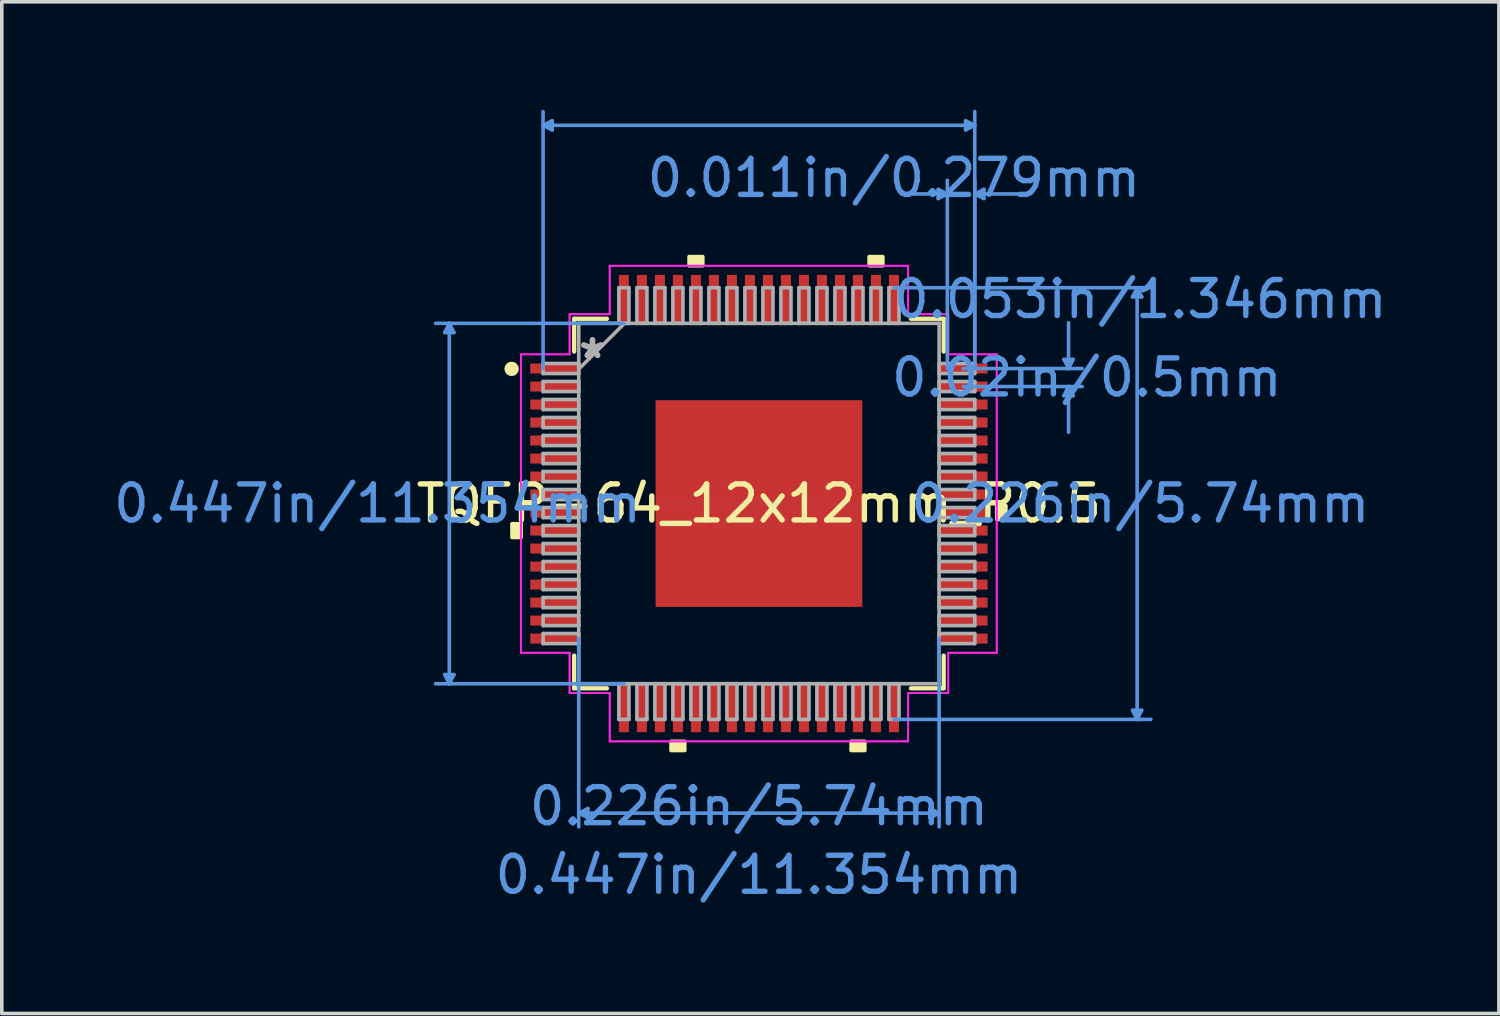
<source format=kicad_pcb>
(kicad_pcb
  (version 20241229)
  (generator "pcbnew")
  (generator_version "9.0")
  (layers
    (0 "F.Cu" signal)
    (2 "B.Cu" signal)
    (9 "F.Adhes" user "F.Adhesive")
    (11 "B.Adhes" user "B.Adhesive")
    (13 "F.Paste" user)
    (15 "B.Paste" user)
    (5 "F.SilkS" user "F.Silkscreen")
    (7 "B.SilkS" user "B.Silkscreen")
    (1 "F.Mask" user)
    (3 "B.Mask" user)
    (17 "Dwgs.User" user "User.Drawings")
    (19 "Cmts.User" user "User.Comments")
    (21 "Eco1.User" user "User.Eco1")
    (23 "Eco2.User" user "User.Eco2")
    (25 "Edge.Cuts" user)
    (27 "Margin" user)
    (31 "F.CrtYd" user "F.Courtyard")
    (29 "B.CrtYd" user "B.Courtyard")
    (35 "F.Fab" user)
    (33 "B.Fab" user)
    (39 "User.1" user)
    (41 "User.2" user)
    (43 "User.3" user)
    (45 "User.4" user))
  (footprint "TQFP-64_12x12mm_P0.5"
    (layer "F.Cu")
    (at 18.026 10.934)
    (property "Reference" "TQFP-64_12x12mm_P0.5" (at 0 0 0) (layer "F.SilkS") (effects (font (size 1 1) (thickness 0.15))))
    (attr through_hole)
    (fp_line (start -5.131 -5.131) (end -5.131 -4.222) (stroke (width 0.12) (type solid)) (layer "F.SilkS"))
    (fp_line (start -5.131 4.222) (end -5.131 5.131) (stroke (width 0.12) (type solid)) (layer "F.SilkS"))
    (fp_line (start -5.131 5.131) (end -4.222 5.131) (stroke (width 0.12) (type solid)) (layer "F.SilkS"))
    (fp_line (start -4.222 -5.131) (end -5.131 -5.131) (stroke (width 0.12) (type solid)) (layer "F.SilkS"))
    (fp_line (start 4.222 5.131) (end 5.131 5.131) (stroke (width 0.12) (type solid)) (layer "F.SilkS"))
    (fp_line (start 5.131 -5.131) (end 4.222 -5.131) (stroke (width 0.12) (type solid)) (layer "F.SilkS"))
    (fp_line (start 5.131 -4.222) (end 5.131 -5.131) (stroke (width 0.12) (type solid)) (layer "F.SilkS"))
    (fp_line (start 5.131 5.131) (end 5.131 4.222) (stroke (width 0.12) (type solid)) (layer "F.SilkS"))
    (fp_circle (center -6.868 -3.74) (end -6.768 -3.74) (stroke (width 0.2) (type solid)) (fill no) (layer "F.SilkS"))
    (fp_poly (pts (xy -6.858 0.56) (xy -6.858 0.941) (xy -6.604 0.941) (xy -6.604 0.56)) (stroke (width 0.1) (type solid)) (fill yes) (layer "F.SilkS"))
    (fp_poly (pts (xy -2.441 6.604) (xy -2.441 6.858) (xy -2.06 6.858) (xy -2.06 6.604)) (stroke (width 0.1) (type solid)) (fill yes) (layer "F.SilkS"))
    (fp_poly (pts (xy -1.94 -6.604) (xy -1.94 -6.858) (xy -1.559 -6.858) (xy -1.559 -6.604)) (stroke (width 0.1) (type solid)) (fill yes) (layer "F.SilkS"))
    (fp_poly (pts (xy 2.559 6.604) (xy 2.559 6.858) (xy 2.941 6.858) (xy 2.941 6.604)) (stroke (width 0.1) (type solid)) (fill yes) (layer "F.SilkS"))
    (fp_poly (pts (xy 3.06 -6.604) (xy 3.06 -6.858) (xy 3.441 -6.858) (xy 3.441 -6.604)) (stroke (width 0.1) (type solid)) (fill yes) (layer "F.SilkS"))
    (fp_poly (pts (xy 6.858 0.059) (xy 6.858 0.441) (xy 6.604 0.441) (xy 6.604 0.059)) (stroke (width 0.1) (type solid)) (fill yes) (layer "F.SilkS"))
    (fp_poly (pts (xy -2.77 -2.77) (xy -2.77 -1.535) (xy -1.535 -1.535) (xy -1.535 -2.77)) (stroke (width 0.1) (type solid)) (fill yes) (layer "F.Paste"))
    (fp_poly (pts (xy -2.77 -1.335) (xy -2.77 -0.1) (xy -1.535 -0.1) (xy -1.535 -1.335)) (stroke (width 0.1) (type solid)) (fill yes) (layer "F.Paste"))
    (fp_poly (pts (xy -2.77 0.1) (xy -2.77 1.335) (xy -1.535 1.335) (xy -1.535 0.1)) (stroke (width 0.1) (type solid)) (fill yes) (layer "F.Paste"))
    (fp_poly (pts (xy -2.77 1.535) (xy -2.77 2.77) (xy -1.535 2.77) (xy -1.535 1.535)) (stroke (width 0.1) (type solid)) (fill yes) (layer "F.Paste"))
    (fp_poly (pts (xy -1.335 -2.77) (xy -1.335 -1.535) (xy -0.1 -1.535) (xy -0.1 -2.77)) (stroke (width 0.1) (type solid)) (fill yes) (layer "F.Paste"))
    (fp_poly (pts (xy -1.335 -1.335) (xy -1.335 -0.1) (xy -0.1 -0.1) (xy -0.1 -1.335)) (stroke (width 0.1) (type solid)) (fill yes) (layer "F.Paste"))
    (fp_poly (pts (xy -1.335 0.1) (xy -1.335 1.335) (xy -0.1 1.335) (xy -0.1 0.1)) (stroke (width 0.1) (type solid)) (fill yes) (layer "F.Paste"))
    (fp_poly (pts (xy -1.335 1.535) (xy -1.335 2.77) (xy -0.1 2.77) (xy -0.1 1.535)) (stroke (width 0.1) (type solid)) (fill yes) (layer "F.Paste"))
    (fp_poly (pts (xy 0.1 -2.77) (xy 0.1 -1.535) (xy 1.335 -1.535) (xy 1.335 -2.77)) (stroke (width 0.1) (type solid)) (fill yes) (layer "F.Paste"))
    (fp_poly (pts (xy 0.1 -1.335) (xy 0.1 -0.1) (xy 1.335 -0.1) (xy 1.335 -1.335)) (stroke (width 0.1) (type solid)) (fill yes) (layer "F.Paste"))
    (fp_poly (pts (xy 0.1 0.1) (xy 0.1 1.335) (xy 1.335 1.335) (xy 1.335 0.1)) (stroke (width 0.1) (type solid)) (fill yes) (layer "F.Paste"))
    (fp_poly (pts (xy 0.1 1.535) (xy 0.1 2.77) (xy 1.335 2.77) (xy 1.335 1.535)) (stroke (width 0.1) (type solid)) (fill yes) (layer "F.Paste"))
    (fp_poly (pts (xy 1.535 -2.77) (xy 1.535 -1.535) (xy 2.77 -1.535) (xy 2.77 -2.77)) (stroke (width 0.1) (type solid)) (fill yes) (layer "F.Paste"))
    (fp_poly (pts (xy 1.535 -1.335) (xy 1.535 -0.1) (xy 2.77 -0.1) (xy 2.77 -1.335)) (stroke (width 0.1) (type solid)) (fill yes) (layer "F.Paste"))
    (fp_poly (pts (xy 1.535 0.1) (xy 1.535 1.335) (xy 2.77 1.335) (xy 2.77 0.1)) (stroke (width 0.1) (type solid)) (fill yes) (layer "F.Paste"))
    (fp_poly (pts (xy 1.535 1.535) (xy 1.535 2.77) (xy 2.77 2.77) (xy 2.77 1.535)) (stroke (width 0.1) (type solid)) (fill yes) (layer "F.Paste"))
    (fp_line (start -8.725 -4.75) (end -8.471 -4.75) (stroke (width 0.1) (type solid)) (layer "Cmts.User"))
    (fp_line (start -8.725 4.75) (end -8.471 4.75) (stroke (width 0.1) (type solid)) (layer "Cmts.User"))
    (fp_line (start -8.598 -5.004) (end -8.725 -4.75) (stroke (width 0.1) (type solid)) (layer "Cmts.User"))
    (fp_line (start -8.598 -5.004) (end -8.598 5.004) (stroke (width 0.1) (type solid)) (layer "Cmts.User"))
    (fp_line (start -8.598 -5.004) (end -8.471 -4.75) (stroke (width 0.1) (type solid)) (layer "Cmts.User"))
    (fp_line (start -8.598 5.004) (end -8.725 4.75) (stroke (width 0.1) (type solid)) (layer "Cmts.User"))
    (fp_line (start -8.598 5.004) (end -8.471 4.75) (stroke (width 0.1) (type solid)) (layer "Cmts.User"))
    (fp_line (start -5.994 -10.503) (end -5.74 -10.63) (stroke (width 0.1) (type solid)) (layer "Cmts.User"))
    (fp_line (start -5.994 -10.503) (end -5.74 -10.376) (stroke (width 0.1) (type solid)) (layer "Cmts.User"))
    (fp_line (start -5.994 -10.503) (end 5.994 -10.503) (stroke (width 0.1) (type solid)) (layer "Cmts.User"))
    (fp_line (start -5.994 -3.75) (end -5.994 -10.884) (stroke (width 0.1) (type solid)) (layer "Cmts.User"))
    (fp_line (start -5.74 -10.63) (end -5.74 -10.376) (stroke (width 0.1) (type solid)) (layer "Cmts.User"))
    (fp_line (start -5.004 3.75) (end -5.004 8.979) (stroke (width 0.1) (type solid)) (layer "Cmts.User"))
    (fp_line (start -5.004 8.598) (end -4.75 8.471) (stroke (width 0.1) (type solid)) (layer "Cmts.User"))
    (fp_line (start -5.004 8.598) (end -4.75 8.725) (stroke (width 0.1) (type solid)) (layer "Cmts.User"))
    (fp_line (start -5.004 8.598) (end 5.004 8.598) (stroke (width 0.1) (type solid)) (layer "Cmts.User"))
    (fp_line (start -4.75 8.471) (end -4.75 8.725) (stroke (width 0.1) (type solid)) (layer "Cmts.User"))
    (fp_line (start -3.75 -5.004) (end -8.979 -5.004) (stroke (width 0.1) (type solid)) (layer "Cmts.User"))
    (fp_line (start -3.75 5.004) (end -8.979 5.004) (stroke (width 0.1) (type solid)) (layer "Cmts.User"))
    (fp_line (start 3.75 -5.994) (end 10.884 -5.994) (stroke (width 0.1) (type solid)) (layer "Cmts.User"))
    (fp_line (start 3.75 5.994) (end 10.884 5.994) (stroke (width 0.1) (type solid)) (layer "Cmts.User"))
    (fp_line (start 4.75 8.471) (end 4.75 8.725) (stroke (width 0.1) (type solid)) (layer "Cmts.User"))
    (fp_line (start 4.978 -8.725) (end 4.978 -8.471) (stroke (width 0.1) (type solid)) (layer "Cmts.User"))
    (fp_line (start 5.004 3.75) (end 5.004 8.979) (stroke (width 0.1) (type solid)) (layer "Cmts.User"))
    (fp_line (start 5.004 8.598) (end 4.75 8.471) (stroke (width 0.1) (type solid)) (layer "Cmts.User"))
    (fp_line (start 5.004 8.598) (end 4.75 8.725) (stroke (width 0.1) (type solid)) (layer "Cmts.User"))
    (fp_line (start 5.232 -8.598) (end 3.962 -8.598) (stroke (width 0.1) (type solid)) (layer "Cmts.User"))
    (fp_line (start 5.232 -8.598) (end 4.978 -8.725) (stroke (width 0.1) (type solid)) (layer "Cmts.User"))
    (fp_line (start 5.232 -8.598) (end 4.978 -8.471) (stroke (width 0.1) (type solid)) (layer "Cmts.User"))
    (fp_line (start 5.232 -3.75) (end 5.232 -8.979) (stroke (width 0.1) (type solid)) (layer "Cmts.User"))
    (fp_line (start 5.677 -3.75) (end 8.979 -3.75) (stroke (width 0.1) (type solid)) (layer "Cmts.User"))
    (fp_line (start 5.677 -3.25) (end 8.979 -3.25) (stroke (width 0.1) (type solid)) (layer "Cmts.User"))
    (fp_line (start 5.74 -10.63) (end 5.74 -10.376) (stroke (width 0.1) (type solid)) (layer "Cmts.User"))
    (fp_line (start 5.994 -10.503) (end 5.74 -10.63) (stroke (width 0.1) (type solid)) (layer "Cmts.User"))
    (fp_line (start 5.994 -10.503) (end 5.74 -10.376) (stroke (width 0.1) (type solid)) (layer "Cmts.User"))
    (fp_line (start 5.994 -8.598) (end 6.248 -8.725) (stroke (width 0.1) (type solid)) (layer "Cmts.User"))
    (fp_line (start 5.994 -8.598) (end 6.248 -8.471) (stroke (width 0.1) (type solid)) (layer "Cmts.User"))
    (fp_line (start 5.994 -8.598) (end 7.264 -8.598) (stroke (width 0.1) (type solid)) (layer "Cmts.User"))
    (fp_line (start 5.994 -3.75) (end 5.994 -10.884) (stroke (width 0.1) (type solid)) (layer "Cmts.User"))
    (fp_line (start 5.994 -3.75) (end 5.994 -8.979) (stroke (width 0.1) (type solid)) (layer "Cmts.User"))
    (fp_line (start 6.248 -8.725) (end 6.248 -8.471) (stroke (width 0.1) (type solid)) (layer "Cmts.User"))
    (fp_line (start 8.471 -4.004) (end 8.725 -4.004) (stroke (width 0.1) (type solid)) (layer "Cmts.User"))
    (fp_line (start 8.471 -2.996) (end 8.725 -2.996) (stroke (width 0.1) (type solid)) (layer "Cmts.User"))
    (fp_line (start 8.598 -3.75) (end 8.471 -4.004) (stroke (width 0.1) (type solid)) (layer "Cmts.User"))
    (fp_line (start 8.598 -3.75) (end 8.598 -5.02) (stroke (width 0.1) (type solid)) (layer "Cmts.User"))
    (fp_line (start 8.598 -3.75) (end 8.725 -4.004) (stroke (width 0.1) (type solid)) (layer "Cmts.User"))
    (fp_line (start 8.598 -3.25) (end 8.471 -2.996) (stroke (width 0.1) (type solid)) (layer "Cmts.User"))
    (fp_line (start 8.598 -3.25) (end 8.598 -1.98) (stroke (width 0.1) (type solid)) (layer "Cmts.User"))
    (fp_line (start 8.598 -3.25) (end 8.725 -2.996) (stroke (width 0.1) (type solid)) (layer "Cmts.User"))
    (fp_line (start 10.376 -5.74) (end 10.63 -5.74) (stroke (width 0.1) (type solid)) (layer "Cmts.User"))
    (fp_line (start 10.376 5.74) (end 10.63 5.74) (stroke (width 0.1) (type solid)) (layer "Cmts.User"))
    (fp_line (start 10.503 -5.994) (end 10.376 -5.74) (stroke (width 0.1) (type solid)) (layer "Cmts.User"))
    (fp_line (start 10.503 -5.994) (end 10.503 5.994) (stroke (width 0.1) (type solid)) (layer "Cmts.User"))
    (fp_line (start 10.503 -5.994) (end 10.63 -5.74) (stroke (width 0.1) (type solid)) (layer "Cmts.User"))
    (fp_line (start 10.503 5.994) (end 10.376 5.74) (stroke (width 0.1) (type solid)) (layer "Cmts.User"))
    (fp_line (start 10.503 5.994) (end 10.63 5.74) (stroke (width 0.1) (type solid)) (layer "Cmts.User"))
    (fp_line (start -6.604 -4.144) (end -5.258 -4.144) (stroke (width 0.05) (type solid)) (layer "F.CrtYd"))
    (fp_line (start -6.604 -4.144) (end -5.258 -4.144) (stroke (width 0.05) (type solid)) (layer "F.CrtYd"))
    (fp_line (start -6.604 4.144) (end -6.604 -4.144) (stroke (width 0.05) (type solid)) (layer "F.CrtYd"))
    (fp_line (start -6.604 4.144) (end -6.604 -4.144) (stroke (width 0.05) (type solid)) (layer "F.CrtYd"))
    (fp_line (start -5.258 -5.258) (end -4.144 -5.258) (stroke (width 0.05) (type solid)) (layer "F.CrtYd"))
    (fp_line (start -5.258 -5.258) (end -4.144 -5.258) (stroke (width 0.05) (type solid)) (layer "F.CrtYd"))
    (fp_line (start -5.258 -4.144) (end -5.258 -5.258) (stroke (width 0.05) (type solid)) (layer "F.CrtYd"))
    (fp_line (start -5.258 -4.144) (end -5.258 -5.258) (stroke (width 0.05) (type solid)) (layer "F.CrtYd"))
    (fp_line (start -5.258 4.144) (end -6.604 4.144) (stroke (width 0.05) (type solid)) (layer "F.CrtYd"))
    (fp_line (start -5.258 4.144) (end -6.604 4.144) (stroke (width 0.05) (type solid)) (layer "F.CrtYd"))
    (fp_line (start -5.258 5.258) (end -5.258 4.144) (stroke (width 0.05) (type solid)) (layer "F.CrtYd"))
    (fp_line (start -5.258 5.258) (end -5.258 4.144) (stroke (width 0.05) (type solid)) (layer "F.CrtYd"))
    (fp_line (start -5.258 5.258) (end -4.144 5.258) (stroke (width 0.05) (type solid)) (layer "F.CrtYd"))
    (fp_line (start -4.144 -6.604) (end 4.144 -6.604) (stroke (width 0.05) (type solid)) (layer "F.CrtYd"))
    (fp_line (start -4.144 -6.604) (end 4.144 -6.604) (stroke (width 0.05) (type solid)) (layer "F.CrtYd"))
    (fp_line (start -4.144 -5.258) (end -4.144 -6.604) (stroke (width 0.05) (type solid)) (layer "F.CrtYd"))
    (fp_line (start -4.144 -5.258) (end -4.144 -6.604) (stroke (width 0.05) (type solid)) (layer "F.CrtYd"))
    (fp_line (start -4.144 5.258) (end -5.258 5.258) (stroke (width 0.05) (type solid)) (layer "F.CrtYd"))
    (fp_line (start -4.144 5.258) (end -4.144 6.604) (stroke (width 0.05) (type solid)) (layer "F.CrtYd"))
    (fp_line (start -4.144 6.604) (end -4.144 5.258) (stroke (width 0.05) (type solid)) (layer "F.CrtYd"))
    (fp_line (start -4.144 6.604) (end 4.144 6.604) (stroke (width 0.05) (type solid)) (layer "F.CrtYd"))
    (fp_line (start 4.144 -6.604) (end 4.144 -5.258) (stroke (width 0.05) (type solid)) (layer "F.CrtYd"))
    (fp_line (start 4.144 -6.604) (end 4.144 -5.258) (stroke (width 0.05) (type solid)) (layer "F.CrtYd"))
    (fp_line (start 4.144 -5.258) (end 5.258 -5.258) (stroke (width 0.05) (type solid)) (layer "F.CrtYd"))
    (fp_line (start 4.144 -5.258) (end 5.258 -5.258) (stroke (width 0.05) (type solid)) (layer "F.CrtYd"))
    (fp_line (start 4.144 5.258) (end 4.144 6.604) (stroke (width 0.05) (type solid)) (layer "F.CrtYd"))
    (fp_line (start 4.144 5.258) (end 5.258 5.258) (stroke (width 0.05) (type solid)) (layer "F.CrtYd"))
    (fp_line (start 4.144 6.604) (end -4.144 6.604) (stroke (width 0.05) (type solid)) (layer "F.CrtYd"))
    (fp_line (start 4.144 6.604) (end 4.144 5.258) (stroke (width 0.05) (type solid)) (layer "F.CrtYd"))
    (fp_line (start 5.258 -5.258) (end 5.258 -4.144) (stroke (width 0.05) (type solid)) (layer "F.CrtYd"))
    (fp_line (start 5.258 -4.144) (end 5.258 -5.258) (stroke (width 0.05) (type solid)) (layer "F.CrtYd"))
    (fp_line (start 5.258 -4.144) (end 6.604 -4.144) (stroke (width 0.05) (type solid)) (layer "F.CrtYd"))
    (fp_line (start 5.258 4.144) (end 5.258 5.258) (stroke (width 0.05) (type solid)) (layer "F.CrtYd"))
    (fp_line (start 5.258 4.144) (end 6.604 4.144) (stroke (width 0.05) (type solid)) (layer "F.CrtYd"))
    (fp_line (start 5.258 5.258) (end 4.144 5.258) (stroke (width 0.05) (type solid)) (layer "F.CrtYd"))
    (fp_line (start 5.258 5.258) (end 5.258 4.144) (stroke (width 0.05) (type solid)) (layer "F.CrtYd"))
    (fp_line (start 6.604 -4.144) (end 5.258 -4.144) (stroke (width 0.05) (type solid)) (layer "F.CrtYd"))
    (fp_line (start 6.604 -4.144) (end 6.604 4.144) (stroke (width 0.05) (type solid)) (layer "F.CrtYd"))
    (fp_line (start 6.604 4.144) (end 5.258 4.144) (stroke (width 0.05) (type solid)) (layer "F.CrtYd"))
    (fp_line (start 6.604 4.144) (end 6.604 -4.144) (stroke (width 0.05) (type solid)) (layer "F.CrtYd"))
    (fp_line (start -5.994 -3.89) (end -5.994 -3.61) (stroke (width 0.1) (type solid)) (layer "F.Fab"))
    (fp_line (start -5.994 -3.61) (end -5.004 -3.61) (stroke (width 0.1) (type solid)) (layer "F.Fab"))
    (fp_line (start -5.994 -3.39) (end -5.994 -3.11) (stroke (width 0.1) (type solid)) (layer "F.Fab"))
    (fp_line (start -5.994 -3.11) (end -5.004 -3.11) (stroke (width 0.1) (type solid)) (layer "F.Fab"))
    (fp_line (start -5.994 -2.89) (end -5.994 -2.61) (stroke (width 0.1) (type solid)) (layer "F.Fab"))
    (fp_line (start -5.994 -2.61) (end -5.004 -2.61) (stroke (width 0.1) (type solid)) (layer "F.Fab"))
    (fp_line (start -5.994 -2.39) (end -5.994 -2.11) (stroke (width 0.1) (type solid)) (layer "F.Fab"))
    (fp_line (start -5.994 -2.11) (end -5.004 -2.11) (stroke (width 0.1) (type solid)) (layer "F.Fab"))
    (fp_line (start -5.994 -1.89) (end -5.994 -1.61) (stroke (width 0.1) (type solid)) (layer "F.Fab"))
    (fp_line (start -5.994 -1.61) (end -5.004 -1.61) (stroke (width 0.1) (type solid)) (layer "F.Fab"))
    (fp_line (start -5.994 -1.39) (end -5.994 -1.11) (stroke (width 0.1) (type solid)) (layer "F.Fab"))
    (fp_line (start -5.994 -1.11) (end -5.004 -1.11) (stroke (width 0.1) (type solid)) (layer "F.Fab"))
    (fp_line (start -5.994 -0.89) (end -5.994 -0.61) (stroke (width 0.1) (type solid)) (layer "F.Fab"))
    (fp_line (start -5.994 -0.61) (end -5.004 -0.61) (stroke (width 0.1) (type solid)) (layer "F.Fab"))
    (fp_line (start -5.994 -0.39) (end -5.994 -0.11) (stroke (width 0.1) (type solid)) (layer "F.Fab"))
    (fp_line (start -5.994 -0.11) (end -5.004 -0.11) (stroke (width 0.1) (type solid)) (layer "F.Fab"))
    (fp_line (start -5.994 0.11) (end -5.994 0.39) (stroke (width 0.1) (type solid)) (layer "F.Fab"))
    (fp_line (start -5.994 0.39) (end -5.004 0.39) (stroke (width 0.1) (type solid)) (layer "F.Fab"))
    (fp_line (start -5.994 0.61) (end -5.994 0.89) (stroke (width 0.1) (type solid)) (layer "F.Fab"))
    (fp_line (start -5.994 0.89) (end -5.004 0.89) (stroke (width 0.1) (type solid)) (layer "F.Fab"))
    (fp_line (start -5.994 1.11) (end -5.994 1.39) (stroke (width 0.1) (type solid)) (layer "F.Fab"))
    (fp_line (start -5.994 1.39) (end -5.004 1.39) (stroke (width 0.1) (type solid)) (layer "F.Fab"))
    (fp_line (start -5.994 1.61) (end -5.994 1.89) (stroke (width 0.1) (type solid)) (layer "F.Fab"))
    (fp_line (start -5.994 1.89) (end -5.004 1.89) (stroke (width 0.1) (type solid)) (layer "F.Fab"))
    (fp_line (start -5.994 2.11) (end -5.994 2.39) (stroke (width 0.1) (type solid)) (layer "F.Fab"))
    (fp_line (start -5.994 2.39) (end -5.004 2.39) (stroke (width 0.1) (type solid)) (layer "F.Fab"))
    (fp_line (start -5.994 2.61) (end -5.994 2.89) (stroke (width 0.1) (type solid)) (layer "F.Fab"))
    (fp_line (start -5.994 2.89) (end -5.004 2.89) (stroke (width 0.1) (type solid)) (layer "F.Fab"))
    (fp_line (start -5.994 3.11) (end -5.994 3.39) (stroke (width 0.1) (type solid)) (layer "F.Fab"))
    (fp_line (start -5.994 3.39) (end -5.004 3.39) (stroke (width 0.1) (type solid)) (layer "F.Fab"))
    (fp_line (start -5.994 3.61) (end -5.994 3.89) (stroke (width 0.1) (type solid)) (layer "F.Fab"))
    (fp_line (start -5.994 3.89) (end -5.004 3.89) (stroke (width 0.1) (type solid)) (layer "F.Fab"))
    (fp_line (start -5.004 -5.004) (end -5.004 -5.004) (stroke (width 0.1) (type solid)) (layer "F.Fab"))
    (fp_line (start -5.004 -5.004) (end -5.004 5.004) (stroke (width 0.1) (type solid)) (layer "F.Fab"))
    (fp_line (start -5.004 -3.89) (end -5.994 -3.89) (stroke (width 0.1) (type solid)) (layer "F.Fab"))
    (fp_line (start -5.004 -3.734) (end -3.734 -5.004) (stroke (width 0.1) (type solid)) (layer "F.Fab"))
    (fp_line (start -5.004 -3.61) (end -5.004 -3.89) (stroke (width 0.1) (type solid)) (layer "F.Fab"))
    (fp_line (start -5.004 -3.39) (end -5.994 -3.39) (stroke (width 0.1) (type solid)) (layer "F.Fab"))
    (fp_line (start -5.004 -3.11) (end -5.004 -3.39) (stroke (width 0.1) (type solid)) (layer "F.Fab"))
    (fp_line (start -5.004 -2.89) (end -5.994 -2.89) (stroke (width 0.1) (type solid)) (layer "F.Fab"))
    (fp_line (start -5.004 -2.61) (end -5.004 -2.89) (stroke (width 0.1) (type solid)) (layer "F.Fab"))
    (fp_line (start -5.004 -2.39) (end -5.994 -2.39) (stroke (width 0.1) (type solid)) (layer "F.Fab"))
    (fp_line (start -5.004 -2.11) (end -5.004 -2.39) (stroke (width 0.1) (type solid)) (layer "F.Fab"))
    (fp_line (start -5.004 -1.89) (end -5.994 -1.89) (stroke (width 0.1) (type solid)) (layer "F.Fab"))
    (fp_line (start -5.004 -1.61) (end -5.004 -1.89) (stroke (width 0.1) (type solid)) (layer "F.Fab"))
    (fp_line (start -5.004 -1.39) (end -5.994 -1.39) (stroke (width 0.1) (type solid)) (layer "F.Fab"))
    (fp_line (start -5.004 -1.11) (end -5.004 -1.39) (stroke (width 0.1) (type solid)) (layer "F.Fab"))
    (fp_line (start -5.004 -0.89) (end -5.994 -0.89) (stroke (width 0.1) (type solid)) (layer "F.Fab"))
    (fp_line (start -5.004 -0.61) (end -5.004 -0.89) (stroke (width 0.1) (type solid)) (layer "F.Fab"))
    (fp_line (start -5.004 -0.39) (end -5.994 -0.39) (stroke (width 0.1) (type solid)) (layer "F.Fab"))
    (fp_line (start -5.004 -0.11) (end -5.004 -0.39) (stroke (width 0.1) (type solid)) (layer "F.Fab"))
    (fp_line (start -5.004 0.11) (end -5.994 0.11) (stroke (width 0.1) (type solid)) (layer "F.Fab"))
    (fp_line (start -5.004 0.39) (end -5.004 0.11) (stroke (width 0.1) (type solid)) (layer "F.Fab"))
    (fp_line (start -5.004 0.61) (end -5.994 0.61) (stroke (width 0.1) (type solid)) (layer "F.Fab"))
    (fp_line (start -5.004 0.89) (end -5.004 0.61) (stroke (width 0.1) (type solid)) (layer "F.Fab"))
    (fp_line (start -5.004 1.11) (end -5.994 1.11) (stroke (width 0.1) (type solid)) (layer "F.Fab"))
    (fp_line (start -5.004 1.39) (end -5.004 1.11) (stroke (width 0.1) (type solid)) (layer "F.Fab"))
    (fp_line (start -5.004 1.61) (end -5.994 1.61) (stroke (width 0.1) (type solid)) (layer "F.Fab"))
    (fp_line (start -5.004 1.89) (end -5.004 1.61) (stroke (width 0.1) (type solid)) (layer "F.Fab"))
    (fp_line (start -5.004 2.11) (end -5.994 2.11) (stroke (width 0.1) (type solid)) (layer "F.Fab"))
    (fp_line (start -5.004 2.39) (end -5.004 2.11) (stroke (width 0.1) (type solid)) (layer "F.Fab"))
    (fp_line (start -5.004 2.61) (end -5.994 2.61) (stroke (width 0.1) (type solid)) (layer "F.Fab"))
    (fp_line (start -5.004 2.89) (end -5.004 2.61) (stroke (width 0.1) (type solid)) (layer "F.Fab"))
    (fp_line (start -5.004 3.11) (end -5.994 3.11) (stroke (width 0.1) (type solid)) (layer "F.Fab"))
    (fp_line (start -5.004 3.39) (end -5.004 3.11) (stroke (width 0.1) (type solid)) (layer "F.Fab"))
    (fp_line (start -5.004 3.61) (end -5.994 3.61) (stroke (width 0.1) (type solid)) (layer "F.Fab"))
    (fp_line (start -5.004 3.89) (end -5.004 3.61) (stroke (width 0.1) (type solid)) (layer "F.Fab"))
    (fp_line (start -5.004 5.004) (end -5.004 5.004) (stroke (width 0.1) (type solid)) (layer "F.Fab"))
    (fp_line (start -5.004 5.004) (end 5.004 5.004) (stroke (width 0.1) (type solid)) (layer "F.Fab"))
    (fp_line (start -3.89 -5.994) (end -3.89 -5.004) (stroke (width 0.1) (type solid)) (layer "F.Fab"))
    (fp_line (start -3.89 -5.004) (end -3.61 -5.004) (stroke (width 0.1) (type solid)) (layer "F.Fab"))
    (fp_line (start -3.89 5.004) (end -3.89 5.994) (stroke (width 0.1) (type solid)) (layer "F.Fab"))
    (fp_line (start -3.89 5.994) (end -3.61 5.994) (stroke (width 0.1) (type solid)) (layer "F.Fab"))
    (fp_line (start -3.61 -5.994) (end -3.89 -5.994) (stroke (width 0.1) (type solid)) (layer "F.Fab"))
    (fp_line (start -3.61 -5.004) (end -3.61 -5.994) (stroke (width 0.1) (type solid)) (layer "F.Fab"))
    (fp_line (start -3.61 5.004) (end -3.89 5.004) (stroke (width 0.1) (type solid)) (layer "F.Fab"))
    (fp_line (start -3.61 5.994) (end -3.61 5.004) (stroke (width 0.1) (type solid)) (layer "F.Fab"))
    (fp_line (start -3.39 -5.994) (end -3.39 -5.004) (stroke (width 0.1) (type solid)) (layer "F.Fab"))
    (fp_line (start -3.39 -5.004) (end -3.11 -5.004) (stroke (width 0.1) (type solid)) (layer "F.Fab"))
    (fp_line (start -3.39 5.004) (end -3.39 5.994) (stroke (width 0.1) (type solid)) (layer "F.Fab"))
    (fp_line (start -3.39 5.994) (end -3.11 5.994) (stroke (width 0.1) (type solid)) (layer "F.Fab"))
    (fp_line (start -3.11 -5.994) (end -3.39 -5.994) (stroke (width 0.1) (type solid)) (layer "F.Fab"))
    (fp_line (start -3.11 -5.004) (end -3.11 -5.994) (stroke (width 0.1) (type solid)) (layer "F.Fab"))
    (fp_line (start -3.11 5.004) (end -3.39 5.004) (stroke (width 0.1) (type solid)) (layer "F.Fab"))
    (fp_line (start -3.11 5.994) (end -3.11 5.004) (stroke (width 0.1) (type solid)) (layer "F.Fab"))
    (fp_line (start -2.89 -5.994) (end -2.89 -5.004) (stroke (width 0.1) (type solid)) (layer "F.Fab"))
    (fp_line (start -2.89 -5.004) (end -2.61 -5.004) (stroke (width 0.1) (type solid)) (layer "F.Fab"))
    (fp_line (start -2.89 5.004) (end -2.89 5.994) (stroke (width 0.1) (type solid)) (layer "F.Fab"))
    (fp_line (start -2.89 5.994) (end -2.61 5.994) (stroke (width 0.1) (type solid)) (layer "F.Fab"))
    (fp_line (start -2.61 -5.994) (end -2.89 -5.994) (stroke (width 0.1) (type solid)) (layer "F.Fab"))
    (fp_line (start -2.61 -5.004) (end -2.61 -5.994) (stroke (width 0.1) (type solid)) (layer "F.Fab"))
    (fp_line (start -2.61 5.004) (end -2.89 5.004) (stroke (width 0.1) (type solid)) (layer "F.Fab"))
    (fp_line (start -2.61 5.994) (end -2.61 5.004) (stroke (width 0.1) (type solid)) (layer "F.Fab"))
    (fp_line (start -2.39 -5.994) (end -2.39 -5.004) (stroke (width 0.1) (type solid)) (layer "F.Fab"))
    (fp_line (start -2.39 -5.004) (end -2.11 -5.004) (stroke (width 0.1) (type solid)) (layer "F.Fab"))
    (fp_line (start -2.39 5.004) (end -2.39 5.994) (stroke (width 0.1) (type solid)) (layer "F.Fab"))
    (fp_line (start -2.39 5.994) (end -2.11 5.994) (stroke (width 0.1) (type solid)) (layer "F.Fab"))
    (fp_line (start -2.11 -5.994) (end -2.39 -5.994) (stroke (width 0.1) (type solid)) (layer "F.Fab"))
    (fp_line (start -2.11 -5.004) (end -2.11 -5.994) (stroke (width 0.1) (type solid)) (layer "F.Fab"))
    (fp_line (start -2.11 5.004) (end -2.39 5.004) (stroke (width 0.1) (type solid)) (layer "F.Fab"))
    (fp_line (start -2.11 5.994) (end -2.11 5.004) (stroke (width 0.1) (type solid)) (layer "F.Fab"))
    (fp_line (start -1.89 -5.994) (end -1.89 -5.004) (stroke (width 0.1) (type solid)) (layer "F.Fab"))
    (fp_line (start -1.89 -5.004) (end -1.61 -5.004) (stroke (width 0.1) (type solid)) (layer "F.Fab"))
    (fp_line (start -1.89 5.004) (end -1.89 5.994) (stroke (width 0.1) (type solid)) (layer "F.Fab"))
    (fp_line (start -1.89 5.994) (end -1.61 5.994) (stroke (width 0.1) (type solid)) (layer "F.Fab"))
    (fp_line (start -1.61 -5.994) (end -1.89 -5.994) (stroke (width 0.1) (type solid)) (layer "F.Fab"))
    (fp_line (start -1.61 -5.004) (end -1.61 -5.994) (stroke (width 0.1) (type solid)) (layer "F.Fab"))
    (fp_line (start -1.61 5.004) (end -1.89 5.004) (stroke (width 0.1) (type solid)) (layer "F.Fab"))
    (fp_line (start -1.61 5.994) (end -1.61 5.004) (stroke (width 0.1) (type solid)) (layer "F.Fab"))
    (fp_line (start -1.39 -5.994) (end -1.39 -5.004) (stroke (width 0.1) (type solid)) (layer "F.Fab"))
    (fp_line (start -1.39 -5.004) (end -1.11 -5.004) (stroke (width 0.1) (type solid)) (layer "F.Fab"))
    (fp_line (start -1.39 5.004) (end -1.39 5.994) (stroke (width 0.1) (type solid)) (layer "F.Fab"))
    (fp_line (start -1.39 5.994) (end -1.11 5.994) (stroke (width 0.1) (type solid)) (layer "F.Fab"))
    (fp_line (start -1.11 -5.994) (end -1.39 -5.994) (stroke (width 0.1) (type solid)) (layer "F.Fab"))
    (fp_line (start -1.11 -5.004) (end -1.11 -5.994) (stroke (width 0.1) (type solid)) (layer "F.Fab"))
    (fp_line (start -1.11 5.004) (end -1.39 5.004) (stroke (width 0.1) (type solid)) (layer "F.Fab"))
    (fp_line (start -1.11 5.994) (end -1.11 5.004) (stroke (width 0.1) (type solid)) (layer "F.Fab"))
    (fp_line (start -0.89 -5.994) (end -0.89 -5.004) (stroke (width 0.1) (type solid)) (layer "F.Fab"))
    (fp_line (start -0.89 -5.004) (end -0.61 -5.004) (stroke (width 0.1) (type solid)) (layer "F.Fab"))
    (fp_line (start -0.89 5.004) (end -0.89 5.994) (stroke (width 0.1) (type solid)) (layer "F.Fab"))
    (fp_line (start -0.89 5.994) (end -0.61 5.994) (stroke (width 0.1) (type solid)) (layer "F.Fab"))
    (fp_line (start -0.61 -5.994) (end -0.89 -5.994) (stroke (width 0.1) (type solid)) (layer "F.Fab"))
    (fp_line (start -0.61 -5.004) (end -0.61 -5.994) (stroke (width 0.1) (type solid)) (layer "F.Fab"))
    (fp_line (start -0.61 5.004) (end -0.89 5.004) (stroke (width 0.1) (type solid)) (layer "F.Fab"))
    (fp_line (start -0.61 5.994) (end -0.61 5.004) (stroke (width 0.1) (type solid)) (layer "F.Fab"))
    (fp_line (start -0.39 -5.994) (end -0.39 -5.004) (stroke (width 0.1) (type solid)) (layer "F.Fab"))
    (fp_line (start -0.39 -5.004) (end -0.11 -5.004) (stroke (width 0.1) (type solid)) (layer "F.Fab"))
    (fp_line (start -0.39 5.004) (end -0.39 5.994) (stroke (width 0.1) (type solid)) (layer "F.Fab"))
    (fp_line (start -0.39 5.994) (end -0.11 5.994) (stroke (width 0.1) (type solid)) (layer "F.Fab"))
    (fp_line (start -0.11 -5.994) (end -0.39 -5.994) (stroke (width 0.1) (type solid)) (layer "F.Fab"))
    (fp_line (start -0.11 -5.004) (end -0.11 -5.994) (stroke (width 0.1) (type solid)) (layer "F.Fab"))
    (fp_line (start -0.11 5.004) (end -0.39 5.004) (stroke (width 0.1) (type solid)) (layer "F.Fab"))
    (fp_line (start -0.11 5.994) (end -0.11 5.004) (stroke (width 0.1) (type solid)) (layer "F.Fab"))
    (fp_line (start 0.11 -5.994) (end 0.11 -5.004) (stroke (width 0.1) (type solid)) (layer "F.Fab"))
    (fp_line (start 0.11 -5.004) (end 0.39 -5.004) (stroke (width 0.1) (type solid)) (layer "F.Fab"))
    (fp_line (start 0.11 5.004) (end 0.11 5.994) (stroke (width 0.1) (type solid)) (layer "F.Fab"))
    (fp_line (start 0.11 5.994) (end 0.39 5.994) (stroke (width 0.1) (type solid)) (layer "F.Fab"))
    (fp_line (start 0.39 -5.994) (end 0.11 -5.994) (stroke (width 0.1) (type solid)) (layer "F.Fab"))
    (fp_line (start 0.39 -5.004) (end 0.39 -5.994) (stroke (width 0.1) (type solid)) (layer "F.Fab"))
    (fp_line (start 0.39 5.004) (end 0.11 5.004) (stroke (width 0.1) (type solid)) (layer "F.Fab"))
    (fp_line (start 0.39 5.994) (end 0.39 5.004) (stroke (width 0.1) (type solid)) (layer "F.Fab"))
    (fp_line (start 0.61 -5.994) (end 0.61 -5.004) (stroke (width 0.1) (type solid)) (layer "F.Fab"))
    (fp_line (start 0.61 -5.004) (end 0.89 -5.004) (stroke (width 0.1) (type solid)) (layer "F.Fab"))
    (fp_line (start 0.61 5.004) (end 0.61 5.994) (stroke (width 0.1) (type solid)) (layer "F.Fab"))
    (fp_line (start 0.61 5.994) (end 0.89 5.994) (stroke (width 0.1) (type solid)) (layer "F.Fab"))
    (fp_line (start 0.89 -5.994) (end 0.61 -5.994) (stroke (width 0.1) (type solid)) (layer "F.Fab"))
    (fp_line (start 0.89 -5.004) (end 0.89 -5.994) (stroke (width 0.1) (type solid)) (layer "F.Fab"))
    (fp_line (start 0.89 5.004) (end 0.61 5.004) (stroke (width 0.1) (type solid)) (layer "F.Fab"))
    (fp_line (start 0.89 5.994) (end 0.89 5.004) (stroke (width 0.1) (type solid)) (layer "F.Fab"))
    (fp_line (start 1.11 -5.994) (end 1.11 -5.004) (stroke (width 0.1) (type solid)) (layer "F.Fab"))
    (fp_line (start 1.11 -5.004) (end 1.39 -5.004) (stroke (width 0.1) (type solid)) (layer "F.Fab"))
    (fp_line (start 1.11 5.004) (end 1.11 5.994) (stroke (width 0.1) (type solid)) (layer "F.Fab"))
    (fp_line (start 1.11 5.994) (end 1.39 5.994) (stroke (width 0.1) (type solid)) (layer "F.Fab"))
    (fp_line (start 1.39 -5.994) (end 1.11 -5.994) (stroke (width 0.1) (type solid)) (layer "F.Fab"))
    (fp_line (start 1.39 -5.004) (end 1.39 -5.994) (stroke (width 0.1) (type solid)) (layer "F.Fab"))
    (fp_line (start 1.39 5.004) (end 1.11 5.004) (stroke (width 0.1) (type solid)) (layer "F.Fab"))
    (fp_line (start 1.39 5.994) (end 1.39 5.004) (stroke (width 0.1) (type solid)) (layer "F.Fab"))
    (fp_line (start 1.61 -5.994) (end 1.61 -5.004) (stroke (width 0.1) (type solid)) (layer "F.Fab"))
    (fp_line (start 1.61 -5.004) (end 1.89 -5.004) (stroke (width 0.1) (type solid)) (layer "F.Fab"))
    (fp_line (start 1.61 5.004) (end 1.61 5.994) (stroke (width 0.1) (type solid)) (layer "F.Fab"))
    (fp_line (start 1.61 5.994) (end 1.89 5.994) (stroke (width 0.1) (type solid)) (layer "F.Fab"))
    (fp_line (start 1.89 -5.994) (end 1.61 -5.994) (stroke (width 0.1) (type solid)) (layer "F.Fab"))
    (fp_line (start 1.89 -5.004) (end 1.89 -5.994) (stroke (width 0.1) (type solid)) (layer "F.Fab"))
    (fp_line (start 1.89 5.004) (end 1.61 5.004) (stroke (width 0.1) (type solid)) (layer "F.Fab"))
    (fp_line (start 1.89 5.994) (end 1.89 5.004) (stroke (width 0.1) (type solid)) (layer "F.Fab"))
    (fp_line (start 2.11 -5.994) (end 2.11 -5.004) (stroke (width 0.1) (type solid)) (layer "F.Fab"))
    (fp_line (start 2.11 -5.004) (end 2.39 -5.004) (stroke (width 0.1) (type solid)) (layer "F.Fab"))
    (fp_line (start 2.11 5.004) (end 2.11 5.994) (stroke (width 0.1) (type solid)) (layer "F.Fab"))
    (fp_line (start 2.11 5.994) (end 2.39 5.994) (stroke (width 0.1) (type solid)) (layer "F.Fab"))
    (fp_line (start 2.39 -5.994) (end 2.11 -5.994) (stroke (width 0.1) (type solid)) (layer "F.Fab"))
    (fp_line (start 2.39 -5.004) (end 2.39 -5.994) (stroke (width 0.1) (type solid)) (layer "F.Fab"))
    (fp_line (start 2.39 5.004) (end 2.11 5.004) (stroke (width 0.1) (type solid)) (layer "F.Fab"))
    (fp_line (start 2.39 5.994) (end 2.39 5.004) (stroke (width 0.1) (type solid)) (layer "F.Fab"))
    (fp_line (start 2.61 -5.994) (end 2.61 -5.004) (stroke (width 0.1) (type solid)) (layer "F.Fab"))
    (fp_line (start 2.61 -5.004) (end 2.89 -5.004) (stroke (width 0.1) (type solid)) (layer "F.Fab"))
    (fp_line (start 2.61 5.004) (end 2.61 5.994) (stroke (width 0.1) (type solid)) (layer "F.Fab"))
    (fp_line (start 2.61 5.994) (end 2.89 5.994) (stroke (width 0.1) (type solid)) (layer "F.Fab"))
    (fp_line (start 2.89 -5.994) (end 2.61 -5.994) (stroke (width 0.1) (type solid)) (layer "F.Fab"))
    (fp_line (start 2.89 -5.004) (end 2.89 -5.994) (stroke (width 0.1) (type solid)) (layer "F.Fab"))
    (fp_line (start 2.89 5.004) (end 2.61 5.004) (stroke (width 0.1) (type solid)) (layer "F.Fab"))
    (fp_line (start 2.89 5.994) (end 2.89 5.004) (stroke (width 0.1) (type solid)) (layer "F.Fab"))
    (fp_line (start 3.11 -5.994) (end 3.11 -5.004) (stroke (width 0.1) (type solid)) (layer "F.Fab"))
    (fp_line (start 3.11 -5.004) (end 3.39 -5.004) (stroke (width 0.1) (type solid)) (layer "F.Fab"))
    (fp_line (start 3.11 5.004) (end 3.11 5.994) (stroke (width 0.1) (type solid)) (layer "F.Fab"))
    (fp_line (start 3.11 5.994) (end 3.39 5.994) (stroke (width 0.1) (type solid)) (layer "F.Fab"))
    (fp_line (start 3.39 -5.994) (end 3.11 -5.994) (stroke (width 0.1) (type solid)) (layer "F.Fab"))
    (fp_line (start 3.39 -5.004) (end 3.39 -5.994) (stroke (width 0.1) (type solid)) (layer "F.Fab"))
    (fp_line (start 3.39 5.004) (end 3.11 5.004) (stroke (width 0.1) (type solid)) (layer "F.Fab"))
    (fp_line (start 3.39 5.994) (end 3.39 5.004) (stroke (width 0.1) (type solid)) (layer "F.Fab"))
    (fp_line (start 3.61 -5.994) (end 3.61 -5.004) (stroke (width 0.1) (type solid)) (layer "F.Fab"))
    (fp_line (start 3.61 -5.004) (end 3.89 -5.004) (stroke (width 0.1) (type solid)) (layer "F.Fab"))
    (fp_line (start 3.61 5.004) (end 3.61 5.994) (stroke (width 0.1) (type solid)) (layer "F.Fab"))
    (fp_line (start 3.61 5.994) (end 3.89 5.994) (stroke (width 0.1) (type solid)) (layer "F.Fab"))
    (fp_line (start 3.89 -5.994) (end 3.61 -5.994) (stroke (width 0.1) (type solid)) (layer "F.Fab"))
    (fp_line (start 3.89 -5.004) (end 3.89 -5.994) (stroke (width 0.1) (type solid)) (layer "F.Fab"))
    (fp_line (start 3.89 5.004) (end 3.61 5.004) (stroke (width 0.1) (type solid)) (layer "F.Fab"))
    (fp_line (start 3.89 5.994) (end 3.89 5.004) (stroke (width 0.1) (type solid)) (layer "F.Fab"))
    (fp_line (start 5.004 -5.004) (end -5.004 -5.004) (stroke (width 0.1) (type solid)) (layer "F.Fab"))
    (fp_line (start 5.004 -5.004) (end 5.004 -5.004) (stroke (width 0.1) (type solid)) (layer "F.Fab"))
    (fp_line (start 5.004 -3.89) (end 5.004 -3.61) (stroke (width 0.1) (type solid)) (layer "F.Fab"))
    (fp_line (start 5.004 -3.61) (end 5.994 -3.61) (stroke (width 0.1) (type solid)) (layer "F.Fab"))
    (fp_line (start 5.004 -3.39) (end 5.004 -3.11) (stroke (width 0.1) (type solid)) (layer "F.Fab"))
    (fp_line (start 5.004 -3.11) (end 5.994 -3.11) (stroke (width 0.1) (type solid)) (layer "F.Fab"))
    (fp_line (start 5.004 -2.89) (end 5.004 -2.61) (stroke (width 0.1) (type solid)) (layer "F.Fab"))
    (fp_line (start 5.004 -2.61) (end 5.994 -2.61) (stroke (width 0.1) (type solid)) (layer "F.Fab"))
    (fp_line (start 5.004 -2.39) (end 5.004 -2.11) (stroke (width 0.1) (type solid)) (layer "F.Fab"))
    (fp_line (start 5.004 -2.11) (end 5.994 -2.11) (stroke (width 0.1) (type solid)) (layer "F.Fab"))
    (fp_line (start 5.004 -1.89) (end 5.004 -1.61) (stroke (width 0.1) (type solid)) (layer "F.Fab"))
    (fp_line (start 5.004 -1.61) (end 5.994 -1.61) (stroke (width 0.1) (type solid)) (layer "F.Fab"))
    (fp_line (start 5.004 -1.39) (end 5.004 -1.11) (stroke (width 0.1) (type solid)) (layer "F.Fab"))
    (fp_line (start 5.004 -1.11) (end 5.994 -1.11) (stroke (width 0.1) (type solid)) (layer "F.Fab"))
    (fp_line (start 5.004 -0.89) (end 5.004 -0.61) (stroke (width 0.1) (type solid)) (layer "F.Fab"))
    (fp_line (start 5.004 -0.61) (end 5.994 -0.61) (stroke (width 0.1) (type solid)) (layer "F.Fab"))
    (fp_line (start 5.004 -0.39) (end 5.004 -0.11) (stroke (width 0.1) (type solid)) (layer "F.Fab"))
    (fp_line (start 5.004 -0.11) (end 5.994 -0.11) (stroke (width 0.1) (type solid)) (layer "F.Fab"))
    (fp_line (start 5.004 0.11) (end 5.004 0.39) (stroke (width 0.1) (type solid)) (layer "F.Fab"))
    (fp_line (start 5.004 0.39) (end 5.994 0.39) (stroke (width 0.1) (type solid)) (layer "F.Fab"))
    (fp_line (start 5.004 0.61) (end 5.004 0.89) (stroke (width 0.1) (type solid)) (layer "F.Fab"))
    (fp_line (start 5.004 0.89) (end 5.994 0.89) (stroke (width 0.1) (type solid)) (layer "F.Fab"))
    (fp_line (start 5.004 1.11) (end 5.004 1.39) (stroke (width 0.1) (type solid)) (layer "F.Fab"))
    (fp_line (start 5.004 1.39) (end 5.994 1.39) (stroke (width 0.1) (type solid)) (layer "F.Fab"))
    (fp_line (start 5.004 1.61) (end 5.004 1.89) (stroke (width 0.1) (type solid)) (layer "F.Fab"))
    (fp_line (start 5.004 1.89) (end 5.994 1.89) (stroke (width 0.1) (type solid)) (layer "F.Fab"))
    (fp_line (start 5.004 2.11) (end 5.004 2.39) (stroke (width 0.1) (type solid)) (layer "F.Fab"))
    (fp_line (start 5.004 2.39) (end 5.994 2.39) (stroke (width 0.1) (type solid)) (layer "F.Fab"))
    (fp_line (start 5.004 2.61) (end 5.004 2.89) (stroke (width 0.1) (type solid)) (layer "F.Fab"))
    (fp_line (start 5.004 2.89) (end 5.994 2.89) (stroke (width 0.1) (type solid)) (layer "F.Fab"))
    (fp_line (start 5.004 3.11) (end 5.004 3.39) (stroke (width 0.1) (type solid)) (layer "F.Fab"))
    (fp_line (start 5.004 3.39) (end 5.994 3.39) (stroke (width 0.1) (type solid)) (layer "F.Fab"))
    (fp_line (start 5.004 3.61) (end 5.004 3.89) (stroke (width 0.1) (type solid)) (layer "F.Fab"))
    (fp_line (start 5.004 3.89) (end 5.994 3.89) (stroke (width 0.1) (type solid)) (layer "F.Fab"))
    (fp_line (start 5.004 5.004) (end 5.004 -5.004) (stroke (width 0.1) (type solid)) (layer "F.Fab"))
    (fp_line (start 5.004 5.004) (end 5.004 5.004) (stroke (width 0.1) (type solid)) (layer "F.Fab"))
    (fp_line (start 5.994 -3.89) (end 5.004 -3.89) (stroke (width 0.1) (type solid)) (layer "F.Fab"))
    (fp_line (start 5.994 -3.61) (end 5.994 -3.89) (stroke (width 0.1) (type solid)) (layer "F.Fab"))
    (fp_line (start 5.994 -3.39) (end 5.004 -3.39) (stroke (width 0.1) (type solid)) (layer "F.Fab"))
    (fp_line (start 5.994 -3.11) (end 5.994 -3.39) (stroke (width 0.1) (type solid)) (layer "F.Fab"))
    (fp_line (start 5.994 -2.89) (end 5.004 -2.89) (stroke (width 0.1) (type solid)) (layer "F.Fab"))
    (fp_line (start 5.994 -2.61) (end 5.994 -2.89) (stroke (width 0.1) (type solid)) (layer "F.Fab"))
    (fp_line (start 5.994 -2.39) (end 5.004 -2.39) (stroke (width 0.1) (type solid)) (layer "F.Fab"))
    (fp_line (start 5.994 -2.11) (end 5.994 -2.39) (stroke (width 0.1) (type solid)) (layer "F.Fab"))
    (fp_line (start 5.994 -1.89) (end 5.004 -1.89) (stroke (width 0.1) (type solid)) (layer "F.Fab"))
    (fp_line (start 5.994 -1.61) (end 5.994 -1.89) (stroke (width 0.1) (type solid)) (layer "F.Fab"))
    (fp_line (start 5.994 -1.39) (end 5.004 -1.39) (stroke (width 0.1) (type solid)) (layer "F.Fab"))
    (fp_line (start 5.994 -1.11) (end 5.994 -1.39) (stroke (width 0.1) (type solid)) (layer "F.Fab"))
    (fp_line (start 5.994 -0.89) (end 5.004 -0.89) (stroke (width 0.1) (type solid)) (layer "F.Fab"))
    (fp_line (start 5.994 -0.61) (end 5.994 -0.89) (stroke (width 0.1) (type solid)) (layer "F.Fab"))
    (fp_line (start 5.994 -0.39) (end 5.004 -0.39) (stroke (width 0.1) (type solid)) (layer "F.Fab"))
    (fp_line (start 5.994 -0.11) (end 5.994 -0.39) (stroke (width 0.1) (type solid)) (layer "F.Fab"))
    (fp_line (start 5.994 0.11) (end 5.004 0.11) (stroke (width 0.1) (type solid)) (layer "F.Fab"))
    (fp_line (start 5.994 0.39) (end 5.994 0.11) (stroke (width 0.1) (type solid)) (layer "F.Fab"))
    (fp_line (start 5.994 0.61) (end 5.004 0.61) (stroke (width 0.1) (type solid)) (layer "F.Fab"))
    (fp_line (start 5.994 0.89) (end 5.994 0.61) (stroke (width 0.1) (type solid)) (layer "F.Fab"))
    (fp_line (start 5.994 1.11) (end 5.004 1.11) (stroke (width 0.1) (type solid)) (layer "F.Fab"))
    (fp_line (start 5.994 1.39) (end 5.994 1.11) (stroke (width 0.1) (type solid)) (layer "F.Fab"))
    (fp_line (start 5.994 1.61) (end 5.004 1.61) (stroke (width 0.1) (type solid)) (layer "F.Fab"))
    (fp_line (start 5.994 1.89) (end 5.994 1.61) (stroke (width 0.1) (type solid)) (layer "F.Fab"))
    (fp_line (start 5.994 2.11) (end 5.004 2.11) (stroke (width 0.1) (type solid)) (layer "F.Fab"))
    (fp_line (start 5.994 2.39) (end 5.994 2.11) (stroke (width 0.1) (type solid)) (layer "F.Fab"))
    (fp_line (start 5.994 2.61) (end 5.004 2.61) (stroke (width 0.1) (type solid)) (layer "F.Fab"))
    (fp_line (start 5.994 2.89) (end 5.994 2.61) (stroke (width 0.1) (type solid)) (layer "F.Fab"))
    (fp_line (start 5.994 3.11) (end 5.004 3.11) (stroke (width 0.1) (type solid)) (layer "F.Fab"))
    (fp_line (start 5.994 3.39) (end 5.994 3.11) (stroke (width 0.1) (type solid)) (layer "F.Fab"))
    (fp_line (start 5.994 3.61) (end 5.004 3.61) (stroke (width 0.1) (type solid)) (layer "F.Fab"))
    (fp_line (start 5.994 3.89) (end 5.994 3.61) (stroke (width 0.1) (type solid)) (layer "F.Fab"))
    (fp_text user "0.447in/11.354mm" (at -10.592 0 0) (layer "Cmts.User") (effects (font (size 1 1) (thickness 0.15))))
    (fp_text user "0.226in/5.74mm" (at 0 8.407 0) (layer "Cmts.User") (effects (font (size 1 1) (thickness 0.15))))
    (fp_text user "0.011in/0.279mm" (at 3.75 -9.042 0) (layer "Cmts.User") (effects (font (size 1 1) (thickness 0.15))))
    (fp_text user "Copyright 2021 Accelerated Designs. All rights reserved." (at 0 0 0) (layer "Cmts.User") (effects (font (size 0.127 0.127) (thickness 0.002))))
    (fp_text user "0.02in/0.5mm" (at 9.106 -3.5 0) (layer "Cmts.User") (effects (font (size 1 1) (thickness 0.15))))
    (fp_text user "0.226in/5.74mm" (at 10.592 0 0) (layer "Cmts.User") (effects (font (size 1 1) (thickness 0.15))))
    (fp_text user "0.447in/11.354mm" (at 0 10.312 0) (layer "Cmts.User") (effects (font (size 1 1) (thickness 0.15))))
    (fp_text user "0.053in/1.346mm" (at 10.592 -5.677 0) (layer "Cmts.User") (effects (font (size 1 1) (thickness 0.15))))
    (fp_text user "*" (at -4.623 -4 0) (layer "F.Fab") (effects (font (size 1 1) (thickness 0.15))))
    (fp_text user "*" (at -4.623 -4 0) (layer "F.Fab") (effects (font (size 1 1) (thickness 0.15))))
    (pad "1" smd rect (at -5.677 -3.75 90) (size 0.279 1.346) (layers "F.Cu" "F.Mask" "F.Paste"))
    (pad "2" smd rect (at -5.677 -3.25 90) (size 0.279 1.346) (layers "F.Cu" "F.Mask" "F.Paste"))
    (pad "3" smd rect (at -5.677 -2.75 90) (size 0.279 1.346) (layers "F.Cu" "F.Mask" "F.Paste"))
    (pad "4" smd rect (at -5.677 -2.25 90) (size 0.279 1.346) (layers "F.Cu" "F.Mask" "F.Paste"))
    (pad "5" smd rect (at -5.677 -1.75 90) (size 0.279 1.346) (layers "F.Cu" "F.Mask" "F.Paste"))
    (pad "6" smd rect (at -5.677 -1.25 90) (size 0.279 1.346) (layers "F.Cu" "F.Mask" "F.Paste"))
    (pad "7" smd rect (at -5.677 -0.75 90) (size 0.279 1.346) (layers "F.Cu" "F.Mask" "F.Paste"))
    (pad "8" smd rect (at -5.677 -0.25 90) (size 0.279 1.346) (layers "F.Cu" "F.Mask" "F.Paste"))
    (pad "9" smd rect (at -5.677 0.25 90) (size 0.279 1.346) (layers "F.Cu" "F.Mask" "F.Paste"))
    (pad "10" smd rect (at -5.677 0.75 90) (size 0.279 1.346) (layers "F.Cu" "F.Mask" "F.Paste"))
    (pad "11" smd rect (at -5.677 1.25 90) (size 0.279 1.346) (layers "F.Cu" "F.Mask" "F.Paste"))
    (pad "12" smd rect (at -5.677 1.75 90) (size 0.279 1.346) (layers "F.Cu" "F.Mask" "F.Paste"))
    (pad "13" smd rect (at -5.677 2.25 90) (size 0.279 1.346) (layers "F.Cu" "F.Mask" "F.Paste"))
    (pad "14" smd rect (at -5.677 2.75 90) (size 0.279 1.346) (layers "F.Cu" "F.Mask" "F.Paste"))
    (pad "15" smd rect (at -5.677 3.25 90) (size 0.279 1.346) (layers "F.Cu" "F.Mask" "F.Paste"))
    (pad "16" smd rect (at -5.677 3.75 90) (size 0.279 1.346) (layers "F.Cu" "F.Mask" "F.Paste"))
    (pad "17" smd rect (at -3.75 5.677) (size 0.279 1.346) (layers "F.Cu" "F.Mask" "F.Paste"))
    (pad "18" smd rect (at -3.25 5.677) (size 0.279 1.346) (layers "F.Cu" "F.Mask" "F.Paste"))
    (pad "19" smd rect (at -2.75 5.677) (size 0.279 1.346) (layers "F.Cu" "F.Mask" "F.Paste"))
    (pad "20" smd rect (at -2.25 5.677) (size 0.279 1.346) (layers "F.Cu" "F.Mask" "F.Paste"))
    (pad "21" smd rect (at -1.75 5.677) (size 0.279 1.346) (layers "F.Cu" "F.Mask" "F.Paste"))
    (pad "22" smd rect (at -1.25 5.677) (size 0.279 1.346) (layers "F.Cu" "F.Mask" "F.Paste"))
    (pad "23" smd rect (at -0.75 5.677) (size 0.279 1.346) (layers "F.Cu" "F.Mask" "F.Paste"))
    (pad "24" smd rect (at -0.25 5.677) (size 0.279 1.346) (layers "F.Cu" "F.Mask" "F.Paste"))
    (pad "25" smd rect (at 0.25 5.677) (size 0.279 1.346) (layers "F.Cu" "F.Mask" "F.Paste"))
    (pad "26" smd rect (at 0.75 5.677) (size 0.279 1.346) (layers "F.Cu" "F.Mask" "F.Paste"))
    (pad "27" smd rect (at 1.25 5.677) (size 0.279 1.346) (layers "F.Cu" "F.Mask" "F.Paste"))
    (pad "28" smd rect (at 1.75 5.677) (size 0.279 1.346) (layers "F.Cu" "F.Mask" "F.Paste"))
    (pad "29" smd rect (at 2.25 5.677) (size 0.279 1.346) (layers "F.Cu" "F.Mask" "F.Paste"))
    (pad "30" smd rect (at 2.75 5.677) (size 0.279 1.346) (layers "F.Cu" "F.Mask" "F.Paste"))
    (pad "31" smd rect (at 3.25 5.677) (size 0.279 1.346) (layers "F.Cu" "F.Mask" "F.Paste"))
    (pad "32" smd rect (at 3.75 5.677) (size 0.279 1.346) (layers "F.Cu" "F.Mask" "F.Paste"))
    (pad "33" smd rect (at 5.677 3.75 90) (size 0.279 1.346) (layers "F.Cu" "F.Mask" "F.Paste"))
    (pad "34" smd rect (at 5.677 3.25 90) (size 0.279 1.346) (layers "F.Cu" "F.Mask" "F.Paste"))
    (pad "35" smd rect (at 5.677 2.75 90) (size 0.279 1.346) (layers "F.Cu" "F.Mask" "F.Paste"))
    (pad "36" smd rect (at 5.677 2.25 90) (size 0.279 1.346) (layers "F.Cu" "F.Mask" "F.Paste"))
    (pad "37" smd rect (at 5.677 1.75 90) (size 0.279 1.346) (layers "F.Cu" "F.Mask" "F.Paste"))
    (pad "38" smd rect (at 5.677 1.25 90) (size 0.279 1.346) (layers "F.Cu" "F.Mask" "F.Paste"))
    (pad "39" smd rect (at 5.677 0.75 90) (size 0.279 1.346) (layers "F.Cu" "F.Mask" "F.Paste"))
    (pad "40" smd rect (at 5.677 0.25 90) (size 0.279 1.346) (layers "F.Cu" "F.Mask" "F.Paste"))
    (pad "41" smd rect (at 5.677 -0.25 90) (size 0.279 1.346) (layers "F.Cu" "F.Mask" "F.Paste"))
    (pad "42" smd rect (at 5.677 -0.75 90) (size 0.279 1.346) (layers "F.Cu" "F.Mask" "F.Paste"))
    (pad "43" smd rect (at 5.677 -1.25 90) (size 0.279 1.346) (layers "F.Cu" "F.Mask" "F.Paste"))
    (pad "44" smd rect (at 5.677 -1.75 90) (size 0.279 1.346) (layers "F.Cu" "F.Mask" "F.Paste"))
    (pad "45" smd rect (at 5.677 -2.25 90) (size 0.279 1.346) (layers "F.Cu" "F.Mask" "F.Paste"))
    (pad "46" smd rect (at 5.677 -2.75 90) (size 0.279 1.346) (layers "F.Cu" "F.Mask" "F.Paste"))
    (pad "47" smd rect (at 5.677 -3.25 90) (size 0.279 1.346) (layers "F.Cu" "F.Mask" "F.Paste"))
    (pad "48" smd rect (at 5.677 -3.75 90) (size 0.279 1.346) (layers "F.Cu" "F.Mask" "F.Paste"))
    (pad "49" smd rect (at 3.75 -5.677) (size 0.279 1.346) (layers "F.Cu" "F.Mask" "F.Paste"))
    (pad "50" smd rect (at 3.25 -5.677) (size 0.279 1.346) (layers "F.Cu" "F.Mask" "F.Paste"))
    (pad "51" smd rect (at 2.75 -5.677) (size 0.279 1.346) (layers "F.Cu" "F.Mask" "F.Paste"))
    (pad "52" smd rect (at 2.25 -5.677) (size 0.279 1.346) (layers "F.Cu" "F.Mask" "F.Paste"))
    (pad "53" smd rect (at 1.75 -5.677) (size 0.279 1.346) (layers "F.Cu" "F.Mask" "F.Paste"))
    (pad "54" smd rect (at 1.25 -5.677) (size 0.279 1.346) (layers "F.Cu" "F.Mask" "F.Paste"))
    (pad "55" smd rect (at 0.75 -5.677) (size 0.279 1.346) (layers "F.Cu" "F.Mask" "F.Paste"))
    (pad "56" smd rect (at 0.25 -5.677) (size 0.279 1.346) (layers "F.Cu" "F.Mask" "F.Paste"))
    (pad "57" smd rect (at -0.25 -5.677) (size 0.279 1.346) (layers "F.Cu" "F.Mask" "F.Paste"))
    (pad "58" smd rect (at -0.75 -5.677) (size 0.279 1.346) (layers "F.Cu" "F.Mask" "F.Paste"))
    (pad "59" smd rect (at -1.25 -5.677) (size 0.279 1.346) (layers "F.Cu" "F.Mask" "F.Paste"))
    (pad "60" smd rect (at -1.75 -5.677) (size 0.279 1.346) (layers "F.Cu" "F.Mask" "F.Paste"))
    (pad "61" smd rect (at -2.25 -5.677) (size 0.279 1.346) (layers "F.Cu" "F.Mask" "F.Paste"))
    (pad "62" smd rect (at -2.75 -5.677) (size 0.279 1.346) (layers "F.Cu" "F.Mask" "F.Paste"))
    (pad "63" smd rect (at -3.25 -5.677) (size 0.279 1.346) (layers "F.Cu" "F.Mask" "F.Paste"))
    (pad "64" smd rect (at -3.75 -5.677) (size 0.279 1.346) (layers "F.Cu" "F.Mask" "F.Paste"))
    (pad "EPAD" smd rect (at 0 0) (size 5.74 5.74) (layers "F.Cu" "F.Mask")))
  (gr_rect
    (start -3 -3)
    (end 38.576 25.095)
    (stroke (width 0.1) (type default))
    (fill no)
    (layer "Edge.Cuts")))
</source>
